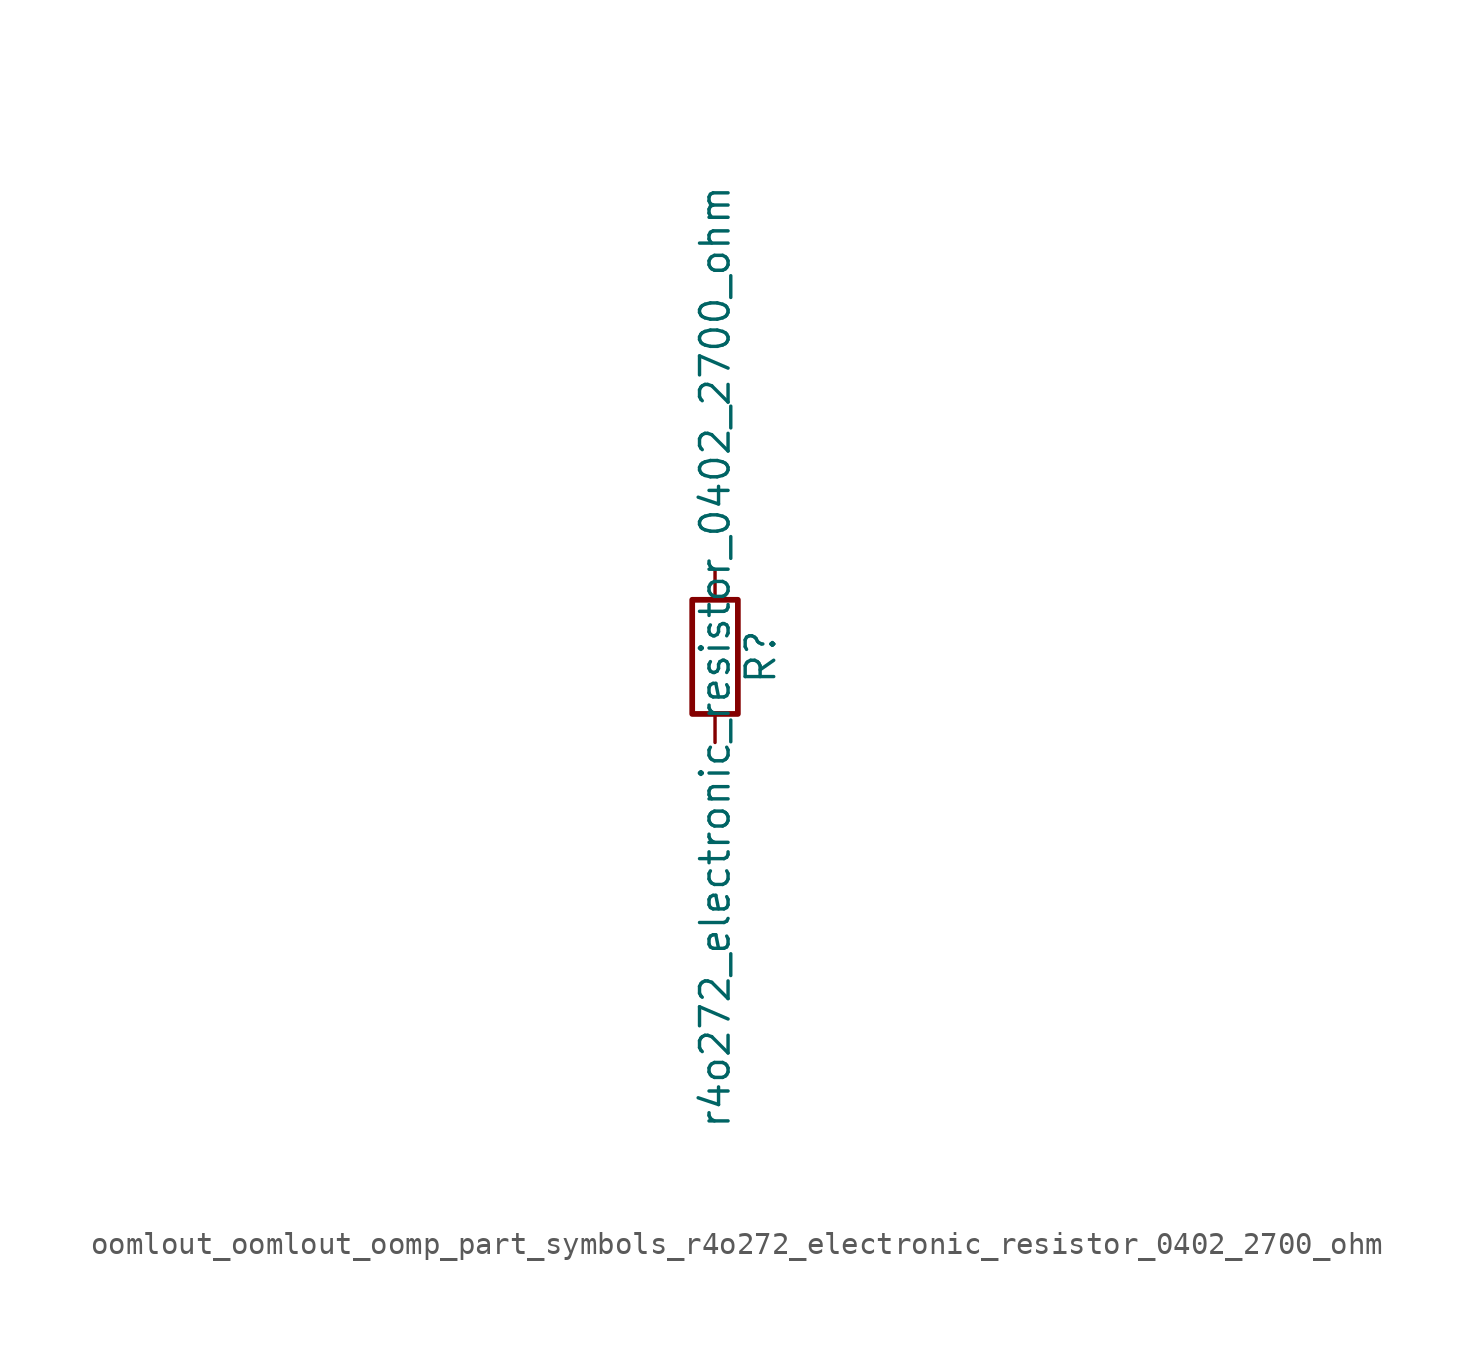
<source format=kicad_sym>
(kicad_symbol_lib
  (version 20220914)
  (generator kicad_symbol_editor)
  (symbol "oomlout_oomlout_oomp_part_symbols_r4o272_electronic_resistor_0402_2700_ohm"
    (pin_numbers hide)
    (pin_names
      (offset 0))
    (property "Reference" "R"
      (at 2.032 0 90)
      (effects (font (size 1.27 1.27))))
    (property "Value" "r4o272_electronic_resistor_0402_2700_ohm"
      (at 0 0 90)
      (effects (font (size 1.27 1.27))))
    (symbol "oomlout_oomlout_oomp_part_symbols_r4o272_electronic_resistor_0402_2700_ohm_0_1"
      (rectangle (start -1.016 -2.54) (end 1.016 2.54) (stroke (width 0.254) (type default)) (fill (type none))))
    (symbol "oomlout_oomlout_oomp_part_symbols_r4o272_electronic_resistor_0402_2700_ohm_1_1"
      (pin passive line (at 0 3.81 270) (length 1.27) (name "~" (effects (font (size 1.27 1.27)))) (number "1" (effects (font (size 1.27 1.27)))))
      (pin passive line (at 0 -3.81 90) (length 1.27) (name "~" (effects (font (size 1.27 1.27)))) (number "2" (effects (font (size 1.27 1.27))))))))
</source>
